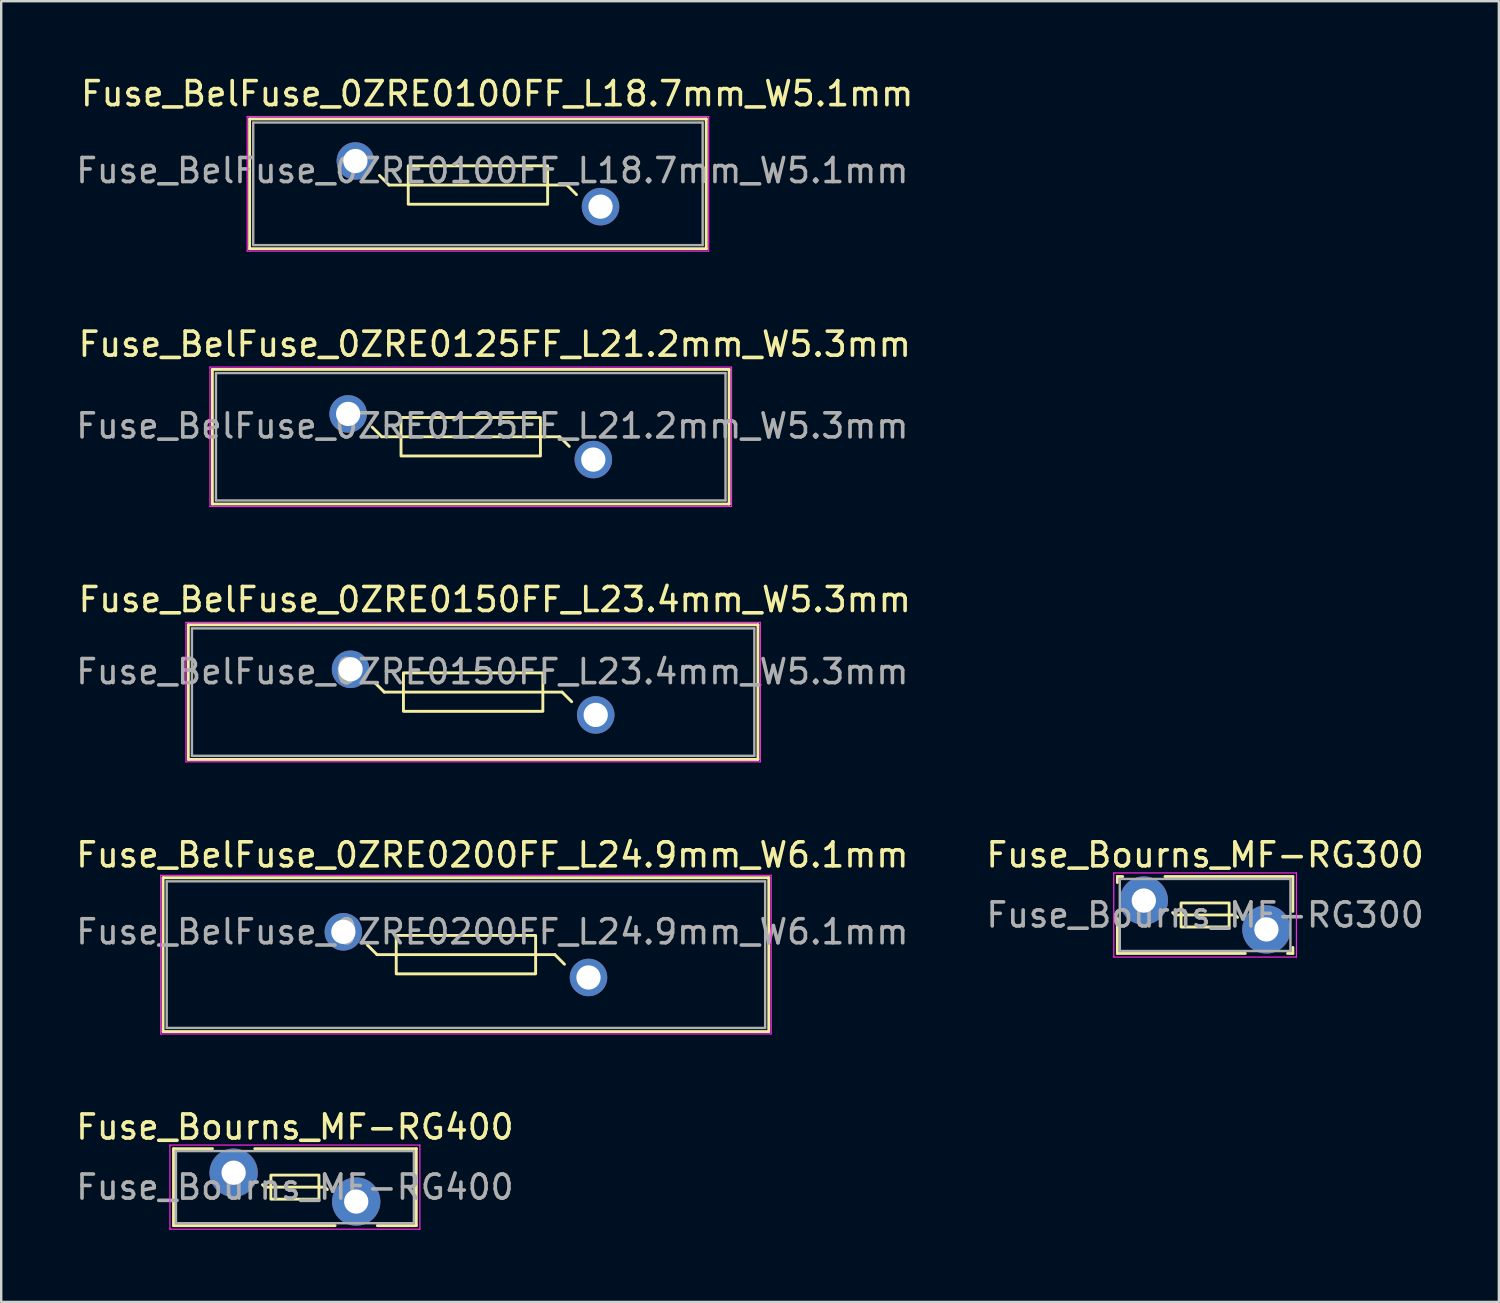
<source format=kicad_pcb>
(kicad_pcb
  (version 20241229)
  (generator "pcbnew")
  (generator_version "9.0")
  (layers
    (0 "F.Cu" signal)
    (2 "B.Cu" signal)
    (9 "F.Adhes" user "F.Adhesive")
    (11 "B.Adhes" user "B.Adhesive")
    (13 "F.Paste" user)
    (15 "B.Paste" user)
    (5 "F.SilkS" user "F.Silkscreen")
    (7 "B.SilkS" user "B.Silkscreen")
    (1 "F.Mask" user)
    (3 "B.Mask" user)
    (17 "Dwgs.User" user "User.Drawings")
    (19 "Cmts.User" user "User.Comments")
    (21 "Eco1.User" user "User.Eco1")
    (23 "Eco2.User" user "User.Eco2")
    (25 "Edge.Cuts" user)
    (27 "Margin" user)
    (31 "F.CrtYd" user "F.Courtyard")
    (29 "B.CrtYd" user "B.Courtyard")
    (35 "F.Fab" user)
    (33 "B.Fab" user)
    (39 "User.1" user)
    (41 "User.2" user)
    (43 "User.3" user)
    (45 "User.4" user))
  (footprint "Fuse_Bourns_MF-RG300"
    (layer "F.Cu")
    (at 44.539 34.418)
    (property "Reference" "Fuse_Bourns_MF-RG300" (at 2.55 -1.9 0) (layer "F.SilkS") (effects (font (size 1 1) (thickness 0.15))))
    (fp_line (start -1.1 -1) (end -1.1 -0.75) (stroke (width 0.12) (type solid)) (layer "F.SilkS"))
    (fp_line (start -1.1 -1) (end -0.879 -1) (stroke (width 0.12) (type solid)) (layer "F.SilkS"))
    (fp_line (start -1.1 0.75) (end -1.1 2.2) (stroke (width 0.12) (type solid)) (layer "F.SilkS"))
    (fp_line (start -1.1 2.2) (end 4.222 2.2) (stroke (width 0.12) (type solid)) (layer "F.SilkS"))
    (fp_line (start 0.879 -1) (end 6.2 -1) (stroke (width 0.12) (type solid)) (layer "F.SilkS"))
    (fp_line (start 1.3 0.6) (end 1.2 0.5) (stroke (width 0.12) (type solid)) (layer "F.SilkS"))
    (fp_line (start 3.8 0.6) (end 1.3 0.6) (stroke (width 0.12) (type solid)) (layer "F.SilkS"))
    (fp_line (start 3.8 0.6) (end 3.9 0.7) (stroke (width 0.12) (type solid)) (layer "F.SilkS"))
    (fp_line (start 5.979 2.2) (end 6.2 2.2) (stroke (width 0.12) (type solid)) (layer "F.SilkS"))
    (fp_line (start 6.2 -1) (end 6.2 0.451) (stroke (width 0.12) (type solid)) (layer "F.SilkS"))
    (fp_line (start 6.2 1.95) (end 6.2 2.2) (stroke (width 0.12) (type solid)) (layer "F.SilkS"))
    (fp_rect (start 1.55 0.1) (end 3.55 1.1) (stroke (width 0.12) (type solid)) (fill no) (layer "F.SilkS"))
    (fp_line (start -1.25 -1.15) (end -1.25 2.35) (stroke (width 0.05) (type solid)) (layer "F.CrtYd"))
    (fp_line (start -1.25 2.35) (end 6.35 2.35) (stroke (width 0.05) (type solid)) (layer "F.CrtYd"))
    (fp_line (start 6.35 -1.15) (end -1.25 -1.15) (stroke (width 0.05) (type solid)) (layer "F.CrtYd"))
    (fp_line (start 6.35 2.35) (end 6.35 -1.15) (stroke (width 0.05) (type solid)) (layer "F.CrtYd"))
    (fp_line (start -1 -0.9) (end -1 2.1) (stroke (width 0.1) (type solid)) (layer "F.Fab"))
    (fp_line (start -1 2.1) (end 6.1 2.1) (stroke (width 0.1) (type solid)) (layer "F.Fab"))
    (fp_line (start 6.1 -0.9) (end -1 -0.9) (stroke (width 0.1) (type solid)) (layer "F.Fab"))
    (fp_line (start 6.1 2.1) (end 6.1 -0.9) (stroke (width 0.1) (type solid)) (layer "F.Fab"))
    (fp_text user "${REFERENCE}" (at 2.55 0.6 0) (layer "F.Fab") (effects (font (size 1 1) (thickness 0.15))))
    (pad "1" thru_hole circle (at 0 0) (size 2.01 2.01) (drill 1.01) (layers "*.Cu" "*.Mask"))
    (pad "2" thru_hole circle (at 5.1 1.2) (size 2.01 2.01) (drill 1.01) (layers "*.Cu" "*.Mask")))
  (footprint "Fuse_BelFuse_0ZRE0125FF_L21.2mm_W5.3mm"
    (layer "F.Cu")
    (at 11.435 14.171)
    (property "Reference" "Fuse_BelFuse_0ZRE0125FF_L21.2mm_W5.3mm" (at 6.1 -2.9 0) (layer "F.SilkS") (effects (font (size 1 1) (thickness 0.15))))
    (fp_line (start -5.65 -1.85) (end -5.65 3.75) (stroke (width 0.12) (type solid)) (layer "F.SilkS"))
    (fp_line (start -5.65 -1.85) (end 15.85 -1.85) (stroke (width 0.12) (type solid)) (layer "F.SilkS"))
    (fp_line (start -5.65 3.75) (end 15.85 3.75) (stroke (width 0.12) (type solid)) (layer "F.SilkS"))
    (fp_line (start 1.4 0.95) (end 1 0.55) (stroke (width 0.12) (type solid)) (layer "F.SilkS"))
    (fp_line (start 1.4 0.95) (end 8.8 0.95) (stroke (width 0.12) (type solid)) (layer "F.SilkS"))
    (fp_line (start 8.8 0.95) (end 9.2 1.35) (stroke (width 0.12) (type solid)) (layer "F.SilkS"))
    (fp_line (start 15.85 -1.85) (end 15.85 3.75) (stroke (width 0.12) (type solid)) (layer "F.SilkS"))
    (fp_rect (start 2.2 0.15) (end 8 1.75) (stroke (width 0.12) (type solid)) (fill no) (layer "F.SilkS"))
    (fp_line (start -5.75 -1.95) (end -5.75 3.85) (stroke (width 0.05) (type solid)) (layer "F.CrtYd"))
    (fp_line (start -5.75 -1.95) (end 15.95 -1.95) (stroke (width 0.05) (type solid)) (layer "F.CrtYd"))
    (fp_line (start -5.75 3.85) (end 15.95 3.85) (stroke (width 0.05) (type solid)) (layer "F.CrtYd"))
    (fp_line (start 15.95 -1.95) (end 15.95 3.85) (stroke (width 0.05) (type solid)) (layer "F.CrtYd"))
    (fp_line (start -5.5 -1.7) (end -5.5 3.6) (stroke (width 0.1) (type solid)) (layer "F.Fab"))
    (fp_line (start -5.5 -1.7) (end 15.7 -1.7) (stroke (width 0.1) (type solid)) (layer "F.Fab"))
    (fp_line (start -5.5 3.6) (end 15.7 3.6) (stroke (width 0.1) (type solid)) (layer "F.Fab"))
    (fp_line (start 15.7 -1.7) (end 15.7 3.6) (stroke (width 0.1) (type solid)) (layer "F.Fab"))
    (fp_text user "${REFERENCE}" (at 6 0.5 0) (layer "F.Fab") (effects (font (size 1 1) (thickness 0.15))))
    (pad "1" thru_hole circle (at 0 0) (size 1.56 1.56) (drill 1.01) (layers "*.Cu" "*.Mask"))
    (pad "2" thru_hole circle (at 10.2 1.9) (size 1.56 1.56) (drill 1.01) (layers "*.Cu" "*.Mask")))
  (footprint "Fuse_BelFuse_0ZRE0150FF_L23.4mm_W5.3mm"
    (layer "F.Cu")
    (at 11.535 24.795)
    (property "Reference" "Fuse_BelFuse_0ZRE0150FF_L23.4mm_W5.3mm" (at 6 -2.9 0) (layer "F.SilkS") (effects (font (size 1 1) (thickness 0.15))))
    (fp_line (start -6.75 -1.85) (end -6.75 3.75) (stroke (width 0.12) (type solid)) (layer "F.SilkS"))
    (fp_line (start -6.75 -1.85) (end 16.95 -1.85) (stroke (width 0.12) (type solid)) (layer "F.SilkS"))
    (fp_line (start -6.75 3.75) (end 16.95 3.75) (stroke (width 0.12) (type solid)) (layer "F.SilkS"))
    (fp_line (start 1.4 0.95) (end 1 0.55) (stroke (width 0.12) (type solid)) (layer "F.SilkS"))
    (fp_line (start 1.4 0.95) (end 8.8 0.95) (stroke (width 0.12) (type solid)) (layer "F.SilkS"))
    (fp_line (start 8.8 0.95) (end 9.2 1.35) (stroke (width 0.12) (type solid)) (layer "F.SilkS"))
    (fp_line (start 16.95 -1.85) (end 16.95 3.75) (stroke (width 0.12) (type solid)) (layer "F.SilkS"))
    (fp_rect (start 2.2 0.15) (end 8 1.75) (stroke (width 0.12) (type solid)) (fill no) (layer "F.SilkS"))
    (fp_line (start -6.85 -1.95) (end -6.85 3.85) (stroke (width 0.05) (type solid)) (layer "F.CrtYd"))
    (fp_line (start -6.85 -1.95) (end 17.05 -1.95) (stroke (width 0.05) (type solid)) (layer "F.CrtYd"))
    (fp_line (start -6.85 3.85) (end 17.05 3.85) (stroke (width 0.05) (type solid)) (layer "F.CrtYd"))
    (fp_line (start 17.05 -1.95) (end 17.05 3.85) (stroke (width 0.05) (type solid)) (layer "F.CrtYd"))
    (fp_line (start -6.6 -1.7) (end -6.6 3.6) (stroke (width 0.1) (type solid)) (layer "F.Fab"))
    (fp_line (start -6.6 -1.7) (end 16.8 -1.7) (stroke (width 0.1) (type solid)) (layer "F.Fab"))
    (fp_line (start -6.6 3.6) (end 16.8 3.6) (stroke (width 0.1) (type solid)) (layer "F.Fab"))
    (fp_line (start 16.8 -1.7) (end 16.8 3.6) (stroke (width 0.1) (type solid)) (layer "F.Fab"))
    (fp_text user "${REFERENCE}" (at 5.9 0.1 0) (layer "F.Fab") (effects (font (size 1 1) (thickness 0.15))))
    (pad "1" thru_hole circle (at 0 0) (size 1.56 1.56) (drill 1.01) (layers "*.Cu" "*.Mask"))
    (pad "2" thru_hole circle (at 10.2 1.9) (size 1.56 1.56) (drill 1.01) (layers "*.Cu" "*.Mask")))
  (footprint "Fuse_Bourns_MF-RG400"
    (layer "F.Cu")
    (at 6.67 45.741)
    (property "Reference" "Fuse_Bourns_MF-RG400" (at 2.55 -1.9 0) (layer "F.SilkS") (effects (font (size 1 1) (thickness 0.15))))
    (fp_line (start -2.501 -1) (end -2.501 2.2) (stroke (width 0.12) (type solid)) (layer "F.SilkS"))
    (fp_line (start -2.501 -1) (end -0.879 -1) (stroke (width 0.12) (type solid)) (layer "F.SilkS"))
    (fp_line (start -2.501 2.2) (end 4.222 2.2) (stroke (width 0.12) (type solid)) (layer "F.SilkS"))
    (fp_line (start 0.879 -1) (end 7.6 -1) (stroke (width 0.12) (type solid)) (layer "F.SilkS"))
    (fp_line (start 1.3 0.6) (end 1.2 0.5) (stroke (width 0.12) (type solid)) (layer "F.SilkS"))
    (fp_line (start 3.8 0.6) (end 1.3 0.6) (stroke (width 0.12) (type solid)) (layer "F.SilkS"))
    (fp_line (start 3.8 0.6) (end 3.9 0.7) (stroke (width 0.12) (type solid)) (layer "F.SilkS"))
    (fp_line (start 5.979 2.2) (end 7.6 2.2) (stroke (width 0.12) (type solid)) (layer "F.SilkS"))
    (fp_line (start 7.6 -1) (end 7.6 2.2) (stroke (width 0.12) (type solid)) (layer "F.SilkS"))
    (fp_rect (start 1.55 0.1) (end 3.55 1.1) (stroke (width 0.12) (type solid)) (fill no) (layer "F.SilkS"))
    (fp_line (start -2.65 -1.15) (end -2.65 2.35) (stroke (width 0.05) (type solid)) (layer "F.CrtYd"))
    (fp_line (start -2.65 2.35) (end 7.75 2.35) (stroke (width 0.05) (type solid)) (layer "F.CrtYd"))
    (fp_line (start 7.75 -1.15) (end -2.65 -1.15) (stroke (width 0.05) (type solid)) (layer "F.CrtYd"))
    (fp_line (start 7.75 2.35) (end 7.75 -1.15) (stroke (width 0.05) (type solid)) (layer "F.CrtYd"))
    (fp_line (start -2.4 -0.9) (end -2.4 2.1) (stroke (width 0.1) (type solid)) (layer "F.Fab"))
    (fp_line (start -2.4 2.1) (end 7.5 2.1) (stroke (width 0.1) (type solid)) (layer "F.Fab"))
    (fp_line (start 7.5 -0.9) (end -2.4 -0.9) (stroke (width 0.1) (type solid)) (layer "F.Fab"))
    (fp_line (start 7.5 2.1) (end 7.5 -0.9) (stroke (width 0.1) (type solid)) (layer "F.Fab"))
    (fp_text user "${REFERENCE}" (at 2.55 0.6 0) (layer "F.Fab") (effects (font (size 1 1) (thickness 0.15))))
    (pad "1" thru_hole circle (at 0 0) (size 2.01 2.01) (drill 1.01) (layers "*.Cu" "*.Mask"))
    (pad "2" thru_hole circle (at 5.1 1.2) (size 2.01 2.01) (drill 1.01) (layers "*.Cu" "*.Mask")))
  (footprint "Fuse_BelFuse_0ZRE0200FF_L24.9mm_W6.1mm"
    (layer "F.Cu")
    (at 11.235 35.718)
    (property "Reference" "Fuse_BelFuse_0ZRE0200FF_L24.9mm_W6.1mm" (at 6.2 -3.2 0) (layer "F.SilkS") (effects (font (size 1 1) (thickness 0.15))))
    (fp_line (start -7.5 -2.25) (end -7.5 4.15) (stroke (width 0.12) (type solid)) (layer "F.SilkS"))
    (fp_line (start -7.5 -2.25) (end 17.7 -2.25) (stroke (width 0.12) (type solid)) (layer "F.SilkS"))
    (fp_line (start -7.5 4.15) (end 17.7 4.15) (stroke (width 0.12) (type solid)) (layer "F.SilkS"))
    (fp_line (start 1.4 0.95) (end 1 0.55) (stroke (width 0.12) (type solid)) (layer "F.SilkS"))
    (fp_line (start 1.4 0.95) (end 8.8 0.95) (stroke (width 0.12) (type solid)) (layer "F.SilkS"))
    (fp_line (start 8.8 0.95) (end 9.2 1.35) (stroke (width 0.12) (type solid)) (layer "F.SilkS"))
    (fp_line (start 17.7 -2.25) (end 17.7 4.15) (stroke (width 0.12) (type solid)) (layer "F.SilkS"))
    (fp_rect (start 2.2 0.15) (end 8 1.75) (stroke (width 0.12) (type solid)) (fill no) (layer "F.SilkS"))
    (fp_line (start -7.6 -2.35) (end -7.6 4.25) (stroke (width 0.05) (type solid)) (layer "F.CrtYd"))
    (fp_line (start -7.6 -2.35) (end 17.8 -2.35) (stroke (width 0.05) (type solid)) (layer "F.CrtYd"))
    (fp_line (start -7.6 4.25) (end 17.8 4.25) (stroke (width 0.05) (type solid)) (layer "F.CrtYd"))
    (fp_line (start 17.8 -2.35) (end 17.8 4.25) (stroke (width 0.05) (type solid)) (layer "F.CrtYd"))
    (fp_line (start -7.35 -2.1) (end -7.35 4) (stroke (width 0.1) (type solid)) (layer "F.Fab"))
    (fp_line (start -7.35 -2.1) (end 17.55 -2.1) (stroke (width 0.1) (type solid)) (layer "F.Fab"))
    (fp_line (start -7.35 4) (end 17.55 4) (stroke (width 0.1) (type solid)) (layer "F.Fab"))
    (fp_line (start 17.55 -2.1) (end 17.55 4) (stroke (width 0.1) (type solid)) (layer "F.Fab"))
    (fp_text user "${REFERENCE}" (at 6.2 0 0) (layer "F.Fab") (effects (font (size 1 1) (thickness 0.15))))
    (pad "1" thru_hole circle (at 0 0) (size 1.56 1.56) (drill 1.01) (layers "*.Cu" "*.Mask"))
    (pad "2" thru_hole circle (at 10.2 1.9) (size 1.56 1.56) (drill 1.01) (layers "*.Cu" "*.Mask")))
  (footprint "Fuse_BelFuse_0ZRE0100FF_L18.7mm_W5.1mm"
    (layer "F.Cu")
    (at 11.735 3.648)
    (property "Reference" "Fuse_BelFuse_0ZRE0100FF_L18.7mm_W5.1mm" (at 5.9 -2.8 0) (layer "F.SilkS") (effects (font (size 1 1) (thickness 0.15))))
    (fp_line (start -4.4 -1.75) (end -4.4 3.65) (stroke (width 0.12) (type solid)) (layer "F.SilkS"))
    (fp_line (start -4.4 -1.75) (end 14.6 -1.75) (stroke (width 0.12) (type solid)) (layer "F.SilkS"))
    (fp_line (start -4.4 3.65) (end 14.6 3.65) (stroke (width 0.12) (type solid)) (layer "F.SilkS"))
    (fp_line (start 1.4 1) (end 1 0.6) (stroke (width 0.12) (type solid)) (layer "F.SilkS"))
    (fp_line (start 1.4 1) (end 8.8 1) (stroke (width 0.12) (type solid)) (layer "F.SilkS"))
    (fp_line (start 8.8 1) (end 9.2 1.4) (stroke (width 0.12) (type solid)) (layer "F.SilkS"))
    (fp_line (start 14.6 -1.75) (end 14.6 3.65) (stroke (width 0.12) (type solid)) (layer "F.SilkS"))
    (fp_rect (start 2.2 0.2) (end 8 1.8) (stroke (width 0.12) (type solid)) (fill no) (layer "F.SilkS"))
    (fp_line (start -4.5 -1.85) (end -4.5 3.75) (stroke (width 0.05) (type solid)) (layer "F.CrtYd"))
    (fp_line (start -4.5 -1.85) (end 14.7 -1.85) (stroke (width 0.05) (type solid)) (layer "F.CrtYd"))
    (fp_line (start -4.5 3.75) (end 14.7 3.75) (stroke (width 0.05) (type solid)) (layer "F.CrtYd"))
    (fp_line (start 14.7 -1.85) (end 14.7 3.75) (stroke (width 0.05) (type solid)) (layer "F.CrtYd"))
    (fp_line (start -4.25 -1.6) (end -4.25 3.5) (stroke (width 0.1) (type solid)) (layer "F.Fab"))
    (fp_line (start -4.25 -1.6) (end 14.45 -1.6) (stroke (width 0.1) (type solid)) (layer "F.Fab"))
    (fp_line (start -4.25 3.5) (end 14.45 3.5) (stroke (width 0.1) (type solid)) (layer "F.Fab"))
    (fp_line (start 14.45 -1.6) (end 14.45 3.5) (stroke (width 0.1) (type solid)) (layer "F.Fab"))
    (fp_text user "${REFERENCE}" (at 5.7 0.4 0) (layer "F.Fab") (effects (font (size 1 1) (thickness 0.15))))
    (pad "1" thru_hole circle (at 0 0) (size 1.56 1.56) (drill 1.01) (layers "*.Cu" "*.Mask"))
    (pad "2" thru_hole circle (at 10.2 1.9) (size 1.56 1.56) (drill 1.01) (layers "*.Cu" "*.Mask")))
  (gr_rect
    (start -3 -3)
    (end 59.31 51.116)
    (stroke (width 0.1) (type default))
    (fill no)
    (layer "Edge.Cuts")))
</source>
